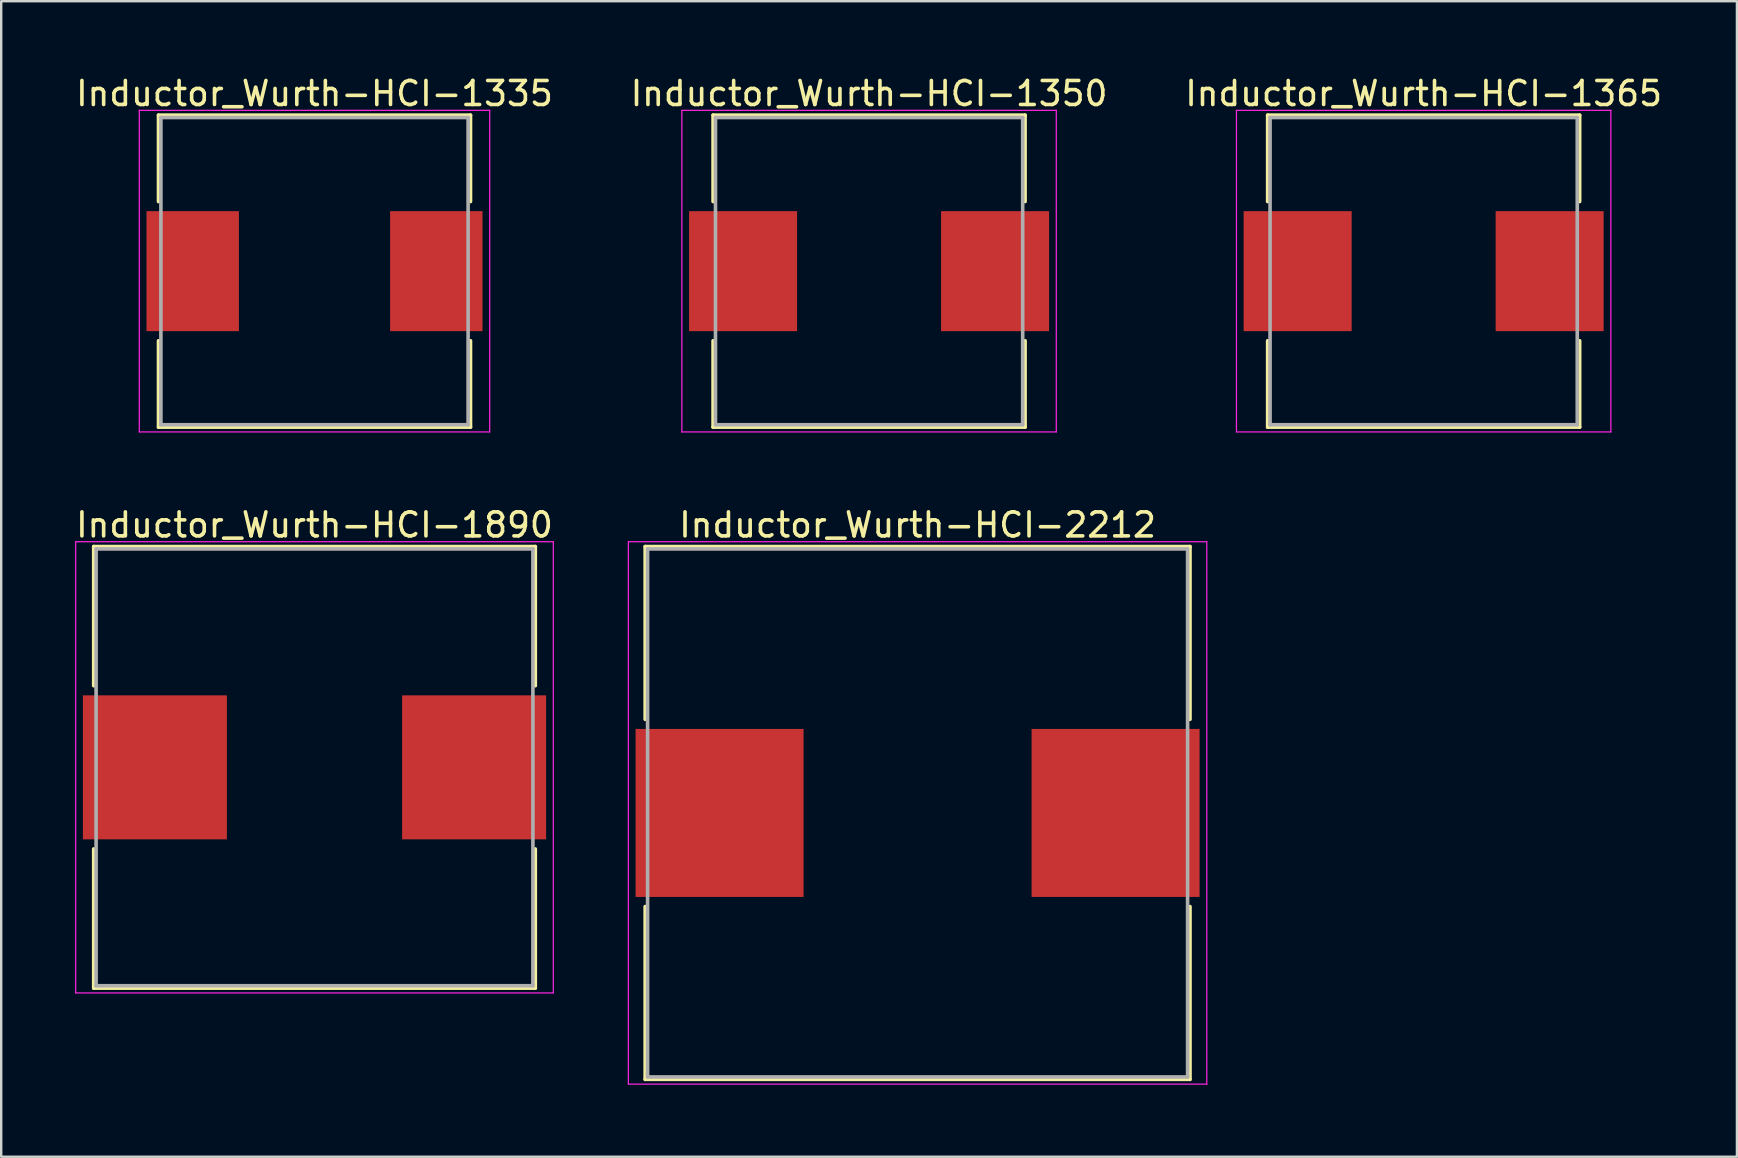
<source format=kicad_pcb>
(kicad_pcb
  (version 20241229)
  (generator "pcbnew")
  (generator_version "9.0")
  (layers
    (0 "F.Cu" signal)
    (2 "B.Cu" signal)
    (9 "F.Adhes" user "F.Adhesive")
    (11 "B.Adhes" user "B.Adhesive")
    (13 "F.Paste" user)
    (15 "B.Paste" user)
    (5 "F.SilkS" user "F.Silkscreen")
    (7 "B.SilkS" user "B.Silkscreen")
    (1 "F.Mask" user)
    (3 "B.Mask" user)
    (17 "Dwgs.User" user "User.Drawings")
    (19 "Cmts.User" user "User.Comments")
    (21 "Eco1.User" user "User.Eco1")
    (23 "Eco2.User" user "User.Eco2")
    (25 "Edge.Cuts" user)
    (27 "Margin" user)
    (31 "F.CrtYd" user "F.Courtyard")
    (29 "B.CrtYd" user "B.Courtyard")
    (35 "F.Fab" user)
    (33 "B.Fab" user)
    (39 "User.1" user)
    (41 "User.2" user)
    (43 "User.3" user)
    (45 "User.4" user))
  (footprint "Inductor_Wurth-HCI-1350"
    (layer "F.Cu")
    (at 33.161 8.248)
    (property "Reference" "Inductor_Wurth-HCI-1350" (at 0 -7.4 0) (layer "F.SilkS") (effects (font (size 1 1) (thickness 0.15))))
    (attr smd)
    (fp_line (start -6.5 -6.5) (end 6.5 -6.5) (stroke (width 0.15) (type solid)) (layer "F.SilkS"))
    (fp_line (start -6.5 -2.9) (end -6.5 -6.5) (stroke (width 0.15) (type solid)) (layer "F.SilkS"))
    (fp_line (start -6.5 2.9) (end -6.5 6.5) (stroke (width 0.15) (type solid)) (layer "F.SilkS"))
    (fp_line (start -6.5 6.5) (end 6.5 6.5) (stroke (width 0.15) (type solid)) (layer "F.SilkS"))
    (fp_line (start 6.5 -6.5) (end 6.5 -2.9) (stroke (width 0.15) (type solid)) (layer "F.SilkS"))
    (fp_line (start 6.5 6.5) (end 6.5 2.9) (stroke (width 0.15) (type solid)) (layer "F.SilkS"))
    (fp_line (start -7.8 -6.7) (end -7.8 6.7) (stroke (width 0.05) (type solid)) (layer "F.CrtYd"))
    (fp_line (start -7.8 6.7) (end 7.8 6.7) (stroke (width 0.05) (type solid)) (layer "F.CrtYd"))
    (fp_line (start 7.8 -6.7) (end -7.8 -6.7) (stroke (width 0.05) (type solid)) (layer "F.CrtYd"))
    (fp_line (start 7.8 6.7) (end 7.8 -6.7) (stroke (width 0.05) (type solid)) (layer "F.CrtYd"))
    (fp_line (start -6.4 -6.4) (end -6.4 6.4) (stroke (width 0.15) (type solid)) (layer "F.Fab"))
    (fp_line (start -6.4 6.4) (end 6.4 6.4) (stroke (width 0.15) (type solid)) (layer "F.Fab"))
    (fp_line (start 6.4 -6.4) (end -6.4 -6.4) (stroke (width 0.15) (type solid)) (layer "F.Fab"))
    (fp_line (start 6.4 6.4) (end 6.4 -6.4) (stroke (width 0.15) (type solid)) (layer "F.Fab"))
    (pad "1" smd rect (at -5.25 0) (size 4.5 5) (layers "F.Cu" "F.Mask" "F.Paste"))
    (pad "2" smd rect (at 5.25 0) (size 4.5 5) (layers "F.Cu" "F.Mask" "F.Paste")))
  (footprint "Inductor_Wurth-HCI-1365"
    (layer "F.Cu")
    (at 56.268 8.248)
    (property "Reference" "Inductor_Wurth-HCI-1365" (at 0 -7.4 0) (layer "F.SilkS") (effects (font (size 1 1) (thickness 0.15))))
    (attr smd)
    (fp_line (start -6.5 -6.5) (end 6.5 -6.5) (stroke (width 0.15) (type solid)) (layer "F.SilkS"))
    (fp_line (start -6.5 -2.9) (end -6.5 -6.5) (stroke (width 0.15) (type solid)) (layer "F.SilkS"))
    (fp_line (start -6.5 2.9) (end -6.5 6.5) (stroke (width 0.15) (type solid)) (layer "F.SilkS"))
    (fp_line (start -6.5 6.5) (end 6.5 6.5) (stroke (width 0.15) (type solid)) (layer "F.SilkS"))
    (fp_line (start 6.5 -6.5) (end 6.5 -2.9) (stroke (width 0.15) (type solid)) (layer "F.SilkS"))
    (fp_line (start 6.5 6.5) (end 6.5 2.9) (stroke (width 0.15) (type solid)) (layer "F.SilkS"))
    (fp_line (start -7.8 -6.7) (end -7.8 6.7) (stroke (width 0.05) (type solid)) (layer "F.CrtYd"))
    (fp_line (start -7.8 6.7) (end 7.8 6.7) (stroke (width 0.05) (type solid)) (layer "F.CrtYd"))
    (fp_line (start 7.8 -6.7) (end -7.8 -6.7) (stroke (width 0.05) (type solid)) (layer "F.CrtYd"))
    (fp_line (start 7.8 6.7) (end 7.8 -6.7) (stroke (width 0.05) (type solid)) (layer "F.CrtYd"))
    (fp_line (start -6.4 -6.4) (end -6.4 6.4) (stroke (width 0.15) (type solid)) (layer "F.Fab"))
    (fp_line (start -6.4 6.4) (end 6.4 6.4) (stroke (width 0.15) (type solid)) (layer "F.Fab"))
    (fp_line (start 6.4 -6.4) (end -6.4 -6.4) (stroke (width 0.15) (type solid)) (layer "F.Fab"))
    (fp_line (start 6.4 6.4) (end 6.4 -6.4) (stroke (width 0.15) (type solid)) (layer "F.Fab"))
    (pad "1" smd rect (at -5.25 0) (size 4.5 5) (layers "F.Cu" "F.Mask" "F.Paste"))
    (pad "2" smd rect (at 5.25 0) (size 4.5 5) (layers "F.Cu" "F.Mask" "F.Paste")))
  (footprint "Inductor_Wurth-HCI-1335"
    (layer "F.Cu")
    (at 10.054 8.248)
    (property "Reference" "Inductor_Wurth-HCI-1335" (at 0 -7.4 0) (layer "F.SilkS") (effects (font (size 1 1) (thickness 0.15))))
    (attr smd)
    (fp_line (start -6.5 -6.5) (end 6.5 -6.5) (stroke (width 0.15) (type solid)) (layer "F.SilkS"))
    (fp_line (start -6.5 -2.9) (end -6.5 -6.5) (stroke (width 0.15) (type solid)) (layer "F.SilkS"))
    (fp_line (start -6.5 2.9) (end -6.5 6.5) (stroke (width 0.15) (type solid)) (layer "F.SilkS"))
    (fp_line (start -6.5 6.5) (end 6.5 6.5) (stroke (width 0.15) (type solid)) (layer "F.SilkS"))
    (fp_line (start 6.5 -6.5) (end 6.5 -2.9) (stroke (width 0.15) (type solid)) (layer "F.SilkS"))
    (fp_line (start 6.5 6.5) (end 6.5 2.9) (stroke (width 0.15) (type solid)) (layer "F.SilkS"))
    (fp_line (start -7.3 -6.7) (end -7.3 6.7) (stroke (width 0.05) (type solid)) (layer "F.CrtYd"))
    (fp_line (start -7.3 6.7) (end 7.3 6.7) (stroke (width 0.05) (type solid)) (layer "F.CrtYd"))
    (fp_line (start 7.3 -6.7) (end -7.3 -6.7) (stroke (width 0.05) (type solid)) (layer "F.CrtYd"))
    (fp_line (start 7.3 6.7) (end 7.3 -6.7) (stroke (width 0.05) (type solid)) (layer "F.CrtYd"))
    (fp_line (start -6.4 -6.4) (end -6.4 6.4) (stroke (width 0.15) (type solid)) (layer "F.Fab"))
    (fp_line (start -6.4 6.4) (end 6.4 6.4) (stroke (width 0.15) (type solid)) (layer "F.Fab"))
    (fp_line (start 6.4 -6.4) (end -6.4 -6.4) (stroke (width 0.15) (type solid)) (layer "F.Fab"))
    (fp_line (start 6.4 6.4) (end 6.4 -6.4) (stroke (width 0.15) (type solid)) (layer "F.Fab"))
    (pad "1" smd rect (at -5.075 0) (size 3.85 5) (layers "F.Cu" "F.Mask" "F.Paste"))
    (pad "2" smd rect (at 5.075 0) (size 3.85 5) (layers "F.Cu" "F.Mask" "F.Paste")))
  (footprint "Inductor_Wurth-HCI-2212"
    (layer "F.Cu")
    (at 35.182 30.822)
    (property "Reference" "Inductor_Wurth-HCI-2212" (at 0 -12 0) (layer "F.SilkS") (effects (font (size 1 1) (thickness 0.15))))
    (attr smd)
    (fp_line (start -11.35 -11.1) (end 11.35 -11.1) (stroke (width 0.15) (type solid)) (layer "F.SilkS"))
    (fp_line (start -11.35 -3.9) (end -11.35 -11.1) (stroke (width 0.15) (type solid)) (layer "F.SilkS"))
    (fp_line (start -11.35 3.9) (end -11.35 11.1) (stroke (width 0.15) (type solid)) (layer "F.SilkS"))
    (fp_line (start -11.35 11.1) (end 11.35 11.1) (stroke (width 0.15) (type solid)) (layer "F.SilkS"))
    (fp_line (start 11.35 -11.1) (end 11.35 -3.9) (stroke (width 0.15) (type solid)) (layer "F.SilkS"))
    (fp_line (start 11.35 11.1) (end 11.35 3.9) (stroke (width 0.15) (type solid)) (layer "F.SilkS"))
    (fp_line (start -12.05 -11.3) (end -12.05 11.3) (stroke (width 0.05) (type solid)) (layer "F.CrtYd"))
    (fp_line (start -12.05 11.3) (end 12.05 11.3) (stroke (width 0.05) (type solid)) (layer "F.CrtYd"))
    (fp_line (start 12.05 -11.3) (end -12.05 -11.3) (stroke (width 0.05) (type solid)) (layer "F.CrtYd"))
    (fp_line (start 12.05 11.3) (end 12.05 -11.3) (stroke (width 0.05) (type solid)) (layer "F.CrtYd"))
    (fp_line (start -11.25 -11) (end -11.25 11) (stroke (width 0.15) (type solid)) (layer "F.Fab"))
    (fp_line (start -11.25 11) (end 11.25 11) (stroke (width 0.15) (type solid)) (layer "F.Fab"))
    (fp_line (start 11.25 -11) (end -11.25 -11) (stroke (width 0.15) (type solid)) (layer "F.Fab"))
    (fp_line (start 11.25 11) (end 11.25 -11) (stroke (width 0.15) (type solid)) (layer "F.Fab"))
    (pad "1" smd rect (at -8.25 0) (size 7 7) (layers "F.Cu" "F.Mask" "F.Paste"))
    (pad "2" smd rect (at 8.25 0) (size 7 7) (layers "F.Cu" "F.Mask" "F.Paste")))
  (footprint "Inductor_Wurth-HCI-1890"
    (layer "F.Cu")
    (at 10.054 28.922)
    (property "Reference" "Inductor_Wurth-HCI-1890" (at 0 -10.1 0) (layer "F.SilkS") (effects (font (size 1 1) (thickness 0.15))))
    (attr smd)
    (fp_line (start -9.2 -9.2) (end 9.2 -9.2) (stroke (width 0.15) (type solid)) (layer "F.SilkS"))
    (fp_line (start -9.2 -3.4) (end -9.2 -9.2) (stroke (width 0.15) (type solid)) (layer "F.SilkS"))
    (fp_line (start -9.2 3.4) (end -9.2 9.2) (stroke (width 0.15) (type solid)) (layer "F.SilkS"))
    (fp_line (start -9.2 9.2) (end 9.2 9.2) (stroke (width 0.15) (type solid)) (layer "F.SilkS"))
    (fp_line (start 9.2 -9.2) (end 9.2 -3.4) (stroke (width 0.15) (type solid)) (layer "F.SilkS"))
    (fp_line (start 9.2 9.2) (end 9.2 3.4) (stroke (width 0.15) (type solid)) (layer "F.SilkS"))
    (fp_line (start -9.95 -9.4) (end -9.95 9.4) (stroke (width 0.05) (type solid)) (layer "F.CrtYd"))
    (fp_line (start -9.95 9.4) (end 9.95 9.4) (stroke (width 0.05) (type solid)) (layer "F.CrtYd"))
    (fp_line (start 9.95 -9.4) (end -9.95 -9.4) (stroke (width 0.05) (type solid)) (layer "F.CrtYd"))
    (fp_line (start 9.95 9.4) (end 9.95 -9.4) (stroke (width 0.05) (type solid)) (layer "F.CrtYd"))
    (fp_line (start -9.1 -9.1) (end -9.1 9.1) (stroke (width 0.15) (type solid)) (layer "F.Fab"))
    (fp_line (start -9.1 9.1) (end 9.1 9.1) (stroke (width 0.15) (type solid)) (layer "F.Fab"))
    (fp_line (start 9.1 -9.1) (end -9.1 -9.1) (stroke (width 0.15) (type solid)) (layer "F.Fab"))
    (fp_line (start 9.1 9.1) (end 9.1 -9.1) (stroke (width 0.15) (type solid)) (layer "F.Fab"))
    (pad "1" smd rect (at -6.65 0) (size 6 6) (layers "F.Cu" "F.Mask" "F.Paste"))
    (pad "2" smd rect (at 6.65 0) (size 6 6) (layers "F.Cu" "F.Mask" "F.Paste")))
  (gr_rect
    (start -3 -3)
    (end 69.321 45.147)
    (stroke (width 0.1) (type default))
    (fill no)
    (layer "Edge.Cuts")))
</source>
